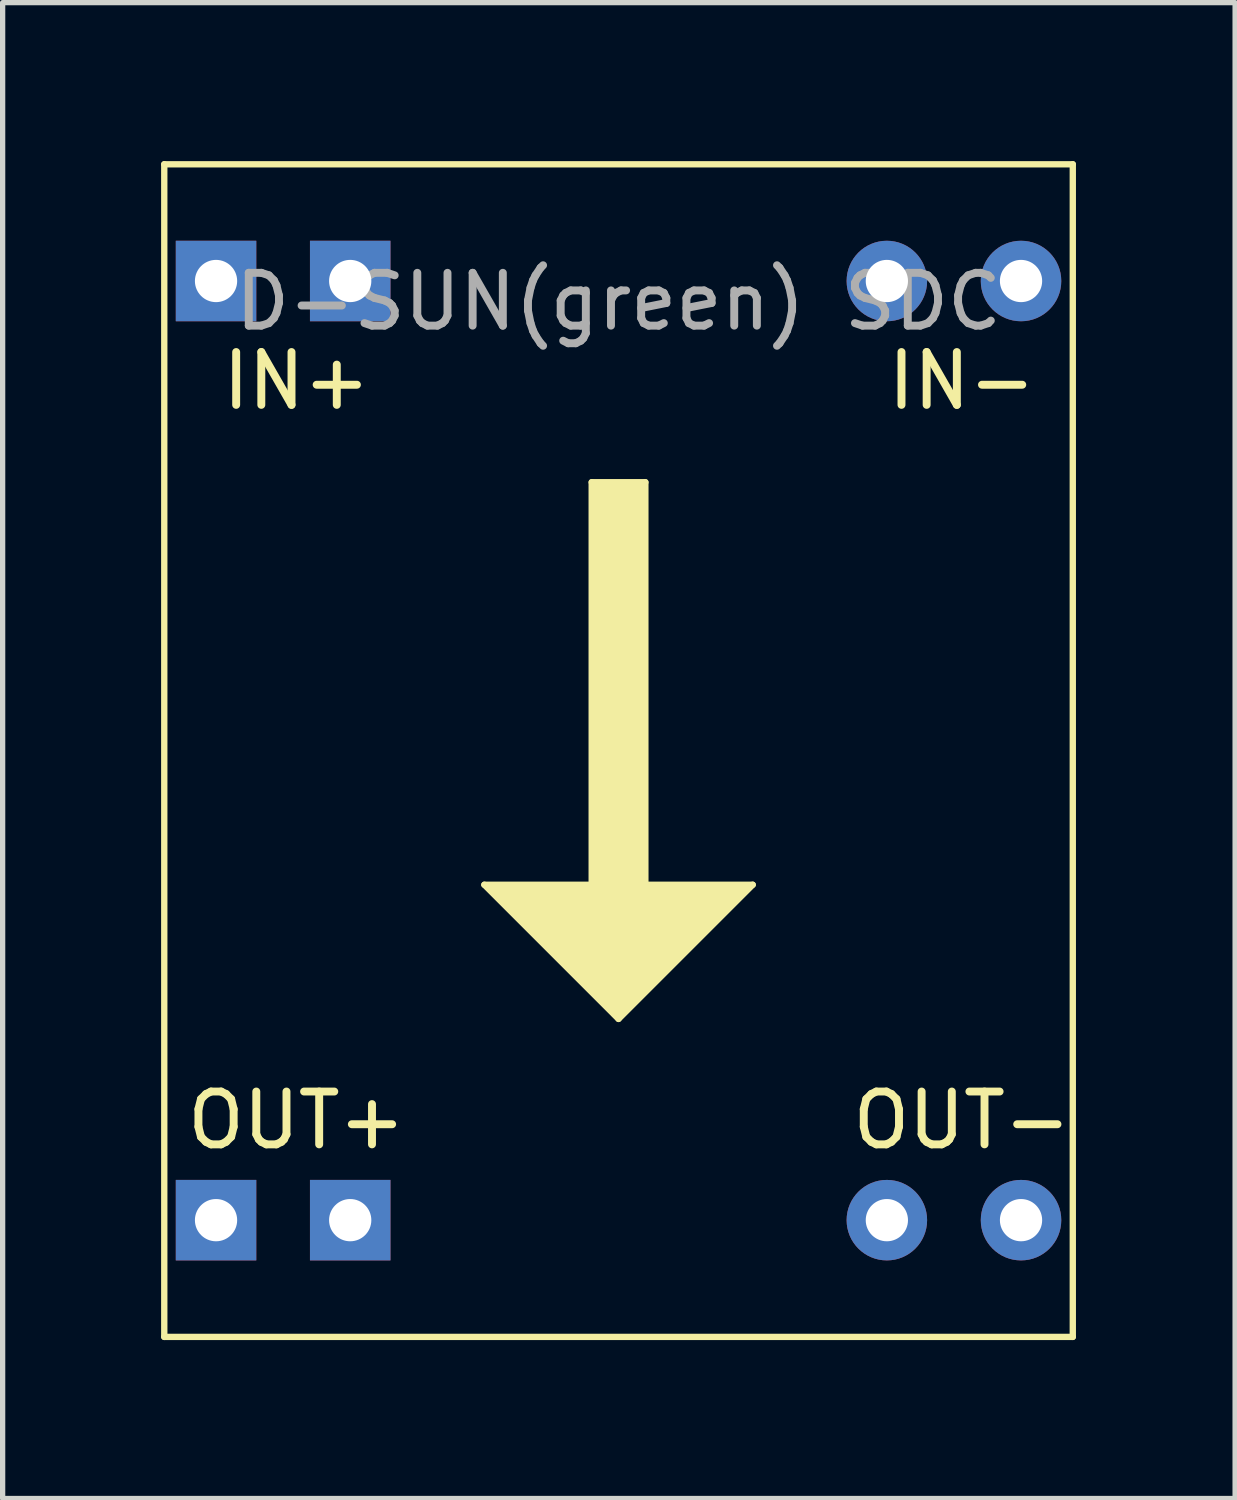
<source format=kicad_pcb>
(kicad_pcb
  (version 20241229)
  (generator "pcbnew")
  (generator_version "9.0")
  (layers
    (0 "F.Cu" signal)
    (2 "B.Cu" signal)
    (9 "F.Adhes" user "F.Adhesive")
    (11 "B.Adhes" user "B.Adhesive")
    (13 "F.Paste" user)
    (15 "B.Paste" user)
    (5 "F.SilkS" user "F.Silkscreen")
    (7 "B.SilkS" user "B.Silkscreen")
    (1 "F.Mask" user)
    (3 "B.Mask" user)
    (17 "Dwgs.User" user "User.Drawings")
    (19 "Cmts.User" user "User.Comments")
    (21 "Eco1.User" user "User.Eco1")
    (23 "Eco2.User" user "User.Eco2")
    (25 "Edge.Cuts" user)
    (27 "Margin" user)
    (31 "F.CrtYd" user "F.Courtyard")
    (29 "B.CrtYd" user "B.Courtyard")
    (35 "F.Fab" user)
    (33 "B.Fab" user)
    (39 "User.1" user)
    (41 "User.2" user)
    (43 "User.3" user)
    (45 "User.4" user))
  (footprint "D-SUN(green) SDC"
    (layer "F.Cu")
    (at 8.66 11.16)
    (property "Reference" "D-SUN(green) SDC" (at 0 -8.5 0) (layer "F.Fab") (effects (font (size 1 1) (thickness 0.15))))
    (attr through_hole)
    (fp_line (start -8.6 -11.1) (end -8.6 11.1) (stroke (width 0.12) (type solid)) (layer "F.SilkS"))
    (fp_line (start -8.6 -11.1) (end 8.6 -11.1) (stroke (width 0.12) (type solid)) (layer "F.SilkS"))
    (fp_line (start -8.6 11.1) (end 8.6 11.1) (stroke (width 0.12) (type solid)) (layer "F.SilkS"))
    (fp_line (start -0.508 -5.08) (end -0.508 2.54) (stroke (width 0.12) (type solid)) (layer "F.SilkS"))
    (fp_line (start -0.508 2.54) (end -2.54 2.54) (stroke (width 0.12) (type solid)) (layer "F.SilkS"))
    (fp_line (start 0 5.08) (end -2.54 2.54) (stroke (width 0.12) (type solid)) (layer "F.SilkS"))
    (fp_line (start 0 5.08) (end 2.54 2.54) (stroke (width 0.12) (type solid)) (layer "F.SilkS"))
    (fp_line (start 0.508 -5.08) (end -0.508 -5.08) (stroke (width 0.12) (type solid)) (layer "F.SilkS"))
    (fp_line (start 0.508 -5.08) (end 0.508 2.54) (stroke (width 0.12) (type solid)) (layer "F.SilkS"))
    (fp_line (start 0.508 2.54) (end 2.54 2.54) (stroke (width 0.12) (type solid)) (layer "F.SilkS"))
    (fp_line (start 8.6 -11.1) (end 8.6 11.1) (stroke (width 0.12) (type solid)) (layer "F.SilkS"))
    (fp_poly (pts (xy 0.508 2.54) (xy 2.54 2.54) (xy 0 5.08) (xy -2.54 2.54) (xy -0.508 2.54) (xy -0.508 -5.08) (xy 0.508 -5.08)) (stroke (width 0.1) (type solid)) (fill yes) (layer "F.SilkS"))
    (fp_text user "IN-" (at 6.5 -7 0) (layer "F.SilkS") (effects (font (size 1 1) (thickness 0.15))))
    (fp_text user "IN+" (at -6.096 -7 0) (layer "F.SilkS") (effects (font (size 1 1) (thickness 0.15))))
    (fp_text user "OUT+" (at -6.096 7 0) (layer "F.SilkS") (effects (font (size 1 1) (thickness 0.15))))
    (fp_text user "OUT-" (at 6.5 7 0) (layer "F.SilkS") (effects (font (size 1 1) (thickness 0.15))))
    (pad "1" thru_hole rect (at -7.62 -8.89) (size 1.524 1.524) (drill 0.8) (layers "*.Cu" "*.Mask"))
    (pad "2" thru_hole rect (at -5.08 -8.89) (size 1.524 1.524) (drill 0.8) (layers "*.Cu" "*.Mask"))
    (pad "3" thru_hole circle (at 5.08 -8.89) (size 1.524 1.524) (drill 0.8) (layers "*.Cu" "*.Mask"))
    (pad "4" thru_hole circle (at 7.62 -8.89) (size 1.524 1.524) (drill 0.8) (layers "*.Cu" "*.Mask"))
    (pad "5" thru_hole rect (at -7.62 8.89) (size 1.524 1.524) (drill 0.8) (layers "*.Cu" "*.Mask"))
    (pad "6" thru_hole rect (at -5.08 8.89) (size 1.524 1.524) (drill 0.8) (layers "*.Cu" "*.Mask"))
    (pad "7" thru_hole circle (at 5.08 8.89) (size 1.524 1.524) (drill 0.8) (layers "*.Cu" "*.Mask"))
    (pad "8" thru_hole circle (at 7.62 8.89) (size 1.524 1.524) (drill 0.8) (layers "*.Cu" "*.Mask")))
  (gr_rect
    (start -3 -3)
    (end 20.333 25.32)
    (stroke (width 0.1) (type default))
    (fill no)
    (layer "Edge.Cuts")))
</source>
